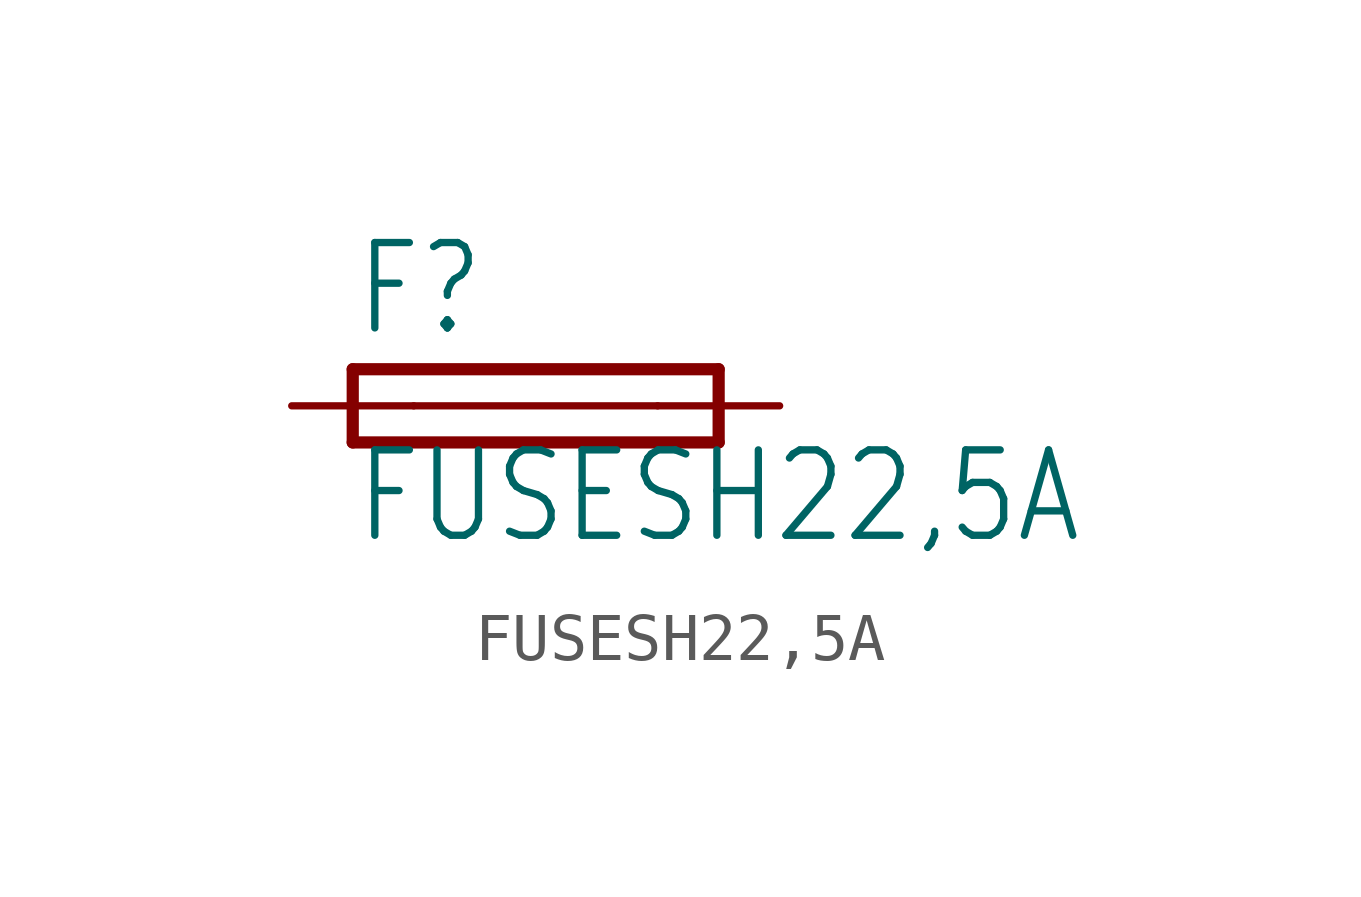
<source format=kicad_sym>
(kicad_symbol_lib
  (version 20200126)
  (host kicad_symbol_editor "5.99.0-unknown-aa7ce74~88~ubuntu18.04.1")
  (symbol "FUSESH22,5A"
    (property "Reference" "F"
      (at -3.81 1.397 0)
      (effects (font (size 1.778 1.511)) (justify left bottom)))
    (property "Value" "FUSESH22,5A"
      (at -3.81 -2.921 0)
      (effects (font (size 1.778 1.511)) (justify left bottom)))
    (property "ki_locked" ""
      (at 0 0 0)
      (effects (font (size 1.27 1.27))))
    (symbol "FUSESH22,5A_1_0"
      (polyline (pts (xy -3.81 -0.762) (xy 3.81 -0.762)) (stroke (width 0.254)) (fill (type none)))
      (polyline (pts (xy 3.81 0.762) (xy -3.81 0.762)) (stroke (width 0.254)) (fill (type none)))
      (polyline (pts (xy 3.81 -0.762) (xy 3.81 0.762)) (stroke (width 0.254)) (fill (type none)))
      (polyline (pts (xy -3.81 0.762) (xy -3.81 -0.762)) (stroke (width 0.254)) (fill (type none)))
      (polyline (pts (xy -2.54 0) (xy 2.54 0)) (stroke (width 0.152)) (fill (type none)))
      (pin passive line (at 5.08 0 180) (length 2.54) (name "2" (effects (font (size 0 0)))) (number "2" (effects (font (size 0 0)))))
      (pin passive line (at -5.08 0 0) (length 2.54) (name "1" (effects (font (size 0 0)))) (number "1" (effects (font (size 0 0))))))))
</source>
